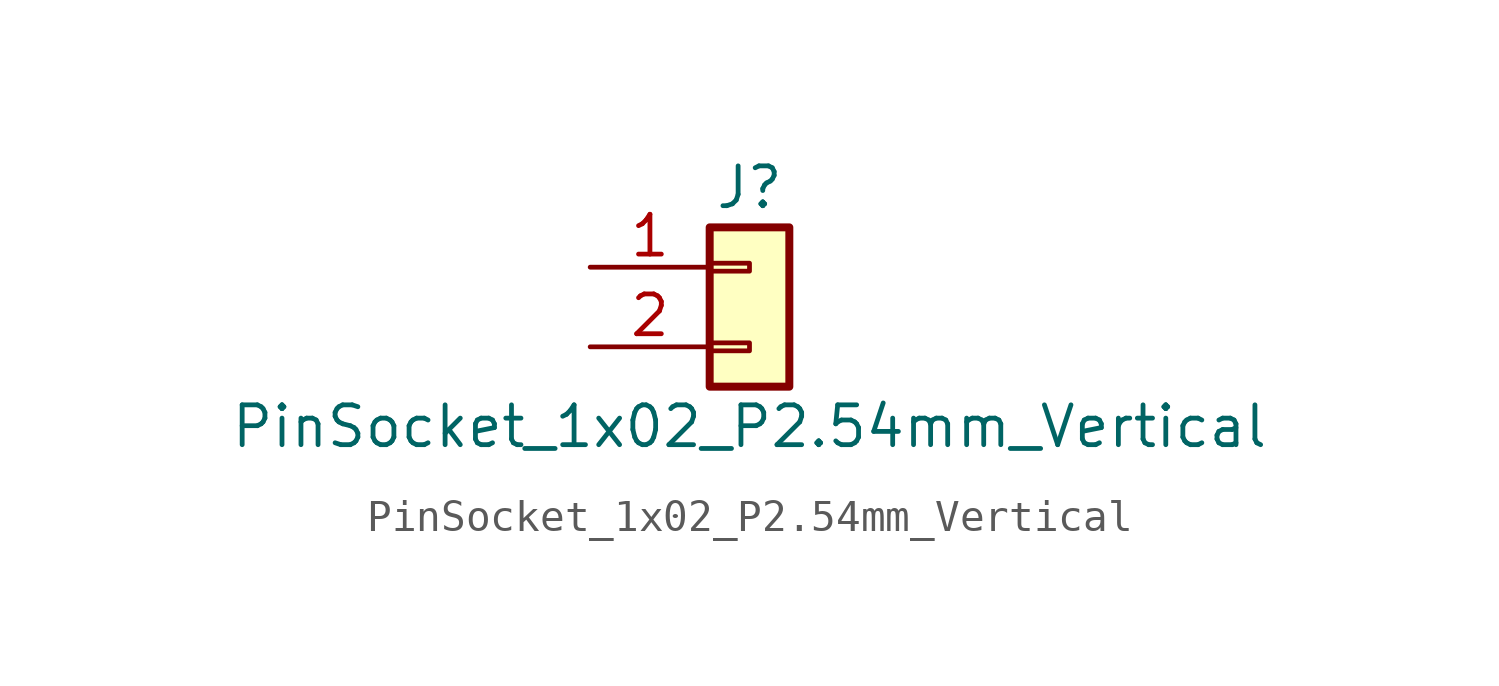
<source format=kicad_sym>
(kicad_symbol_lib
  (version 20231120)
  (generator "kicad_symbol_editor")
  (generator_version "8.0")
  (symbol "PinSocket_1x02_P2.54mm_Vertical"
    (pin_names
      (offset 1.016) hide)
    (property "Reference" "J"
      (at 0 2.54 0)
      (effects (font (size 1.27 1.27))))
    (property "Value" "PinSocket_1x02_P2.54mm_Vertical"
      (at 0 -5.08 0)
      (effects (font (size 1.27 1.27))))
    (symbol "PinSocket_1x02_P2.54mm_Vertical_1_1"
      (rectangle (start -1.27 -2.413) (end 0 -2.667) (stroke (width 0.152) (type default)) (fill (type none)))
      (rectangle (start -1.27 0.127) (end 0 -0.127) (stroke (width 0.152) (type default)) (fill (type none)))
      (rectangle (start -1.27 1.27) (end 1.27 -3.81) (stroke (width 0.254) (type default)) (fill (type background)))
      (pin passive line (at -5.08 0 0) (length 3.81) (name "Pin_1" (effects (font (size 1.27 1.27)))) (number "1" (effects (font (size 1.27 1.27)))))
      (pin passive line (at -5.08 -2.54 0) (length 3.81) (name "Pin_2" (effects (font (size 1.27 1.27)))) (number "2" (effects (font (size 1.27 1.27))))))))
</source>
